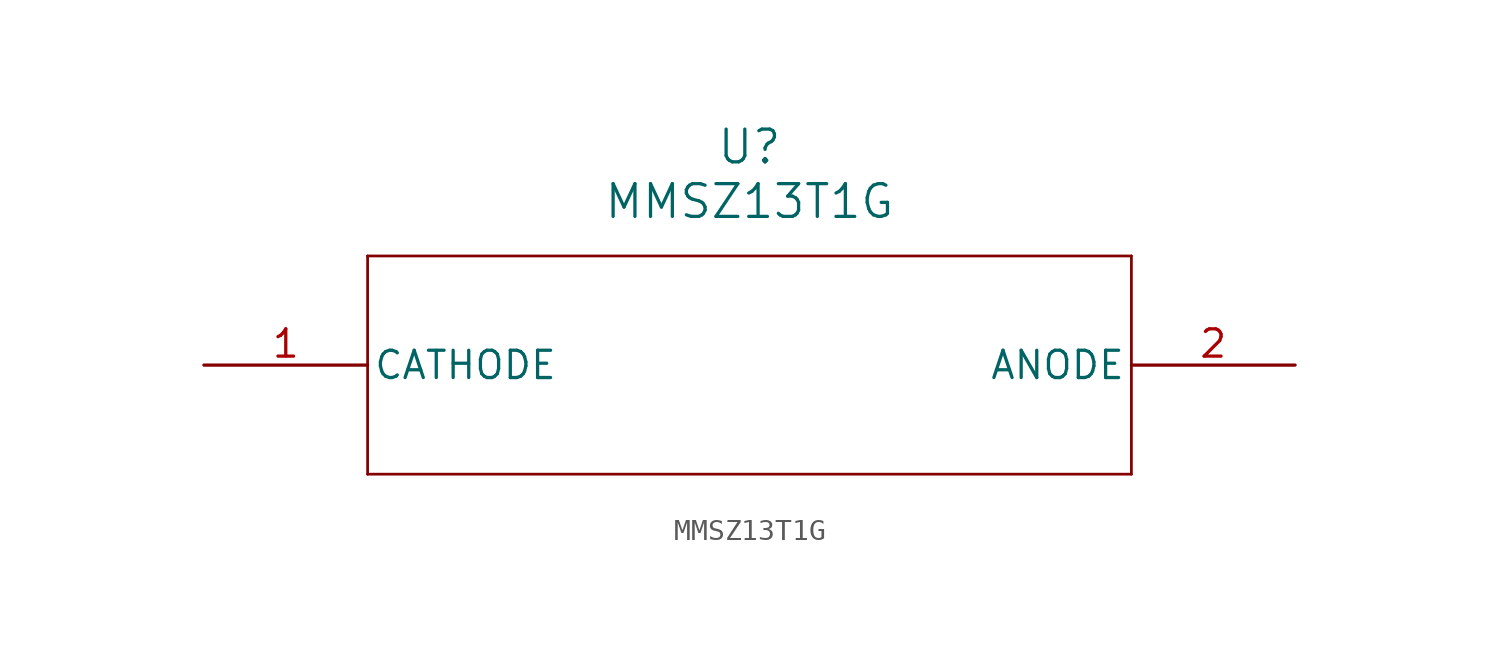
<source format=kicad_sym>
(kicad_symbol_lib
  (version 20211014)
  (generator kicad_symbol_editor)
  (symbol "MMSZ13T1G"
    (pin_names
      (offset 0.254))
    (property "Reference" "U"
      (at 25.4 10.16 0)
      (effects (font (size 1.524 1.524))))
    (property "Value" "MMSZ13T1G"
      (at 25.4 7.62 0)
      (effects (font (size 1.524 1.524))))
    (symbol "MMSZ13T1G_0_1"
      (polyline (pts (xy 7.62 5.08) (xy 7.62 -5.08)) (stroke (width 0.127) (type default) (color 0 0 0 0)) (fill (type none)))
      (polyline (pts (xy 7.62 -5.08) (xy 43.18 -5.08)) (stroke (width 0.127) (type default) (color 0 0 0 0)) (fill (type none)))
      (polyline (pts (xy 43.18 -5.08) (xy 43.18 5.08)) (stroke (width 0.127) (type default) (color 0 0 0 0)) (fill (type none)))
      (polyline (pts (xy 43.18 5.08) (xy 7.62 5.08)) (stroke (width 0.127) (type default) (color 0 0 0 0)) (fill (type none)))
      (pin unspecified line (at 0 0 0) (length 7.62) (name "CATHODE" (effects (font (size 1.27 1.27)))) (number "1" (effects (font (size 1.27 1.27)))))
      (pin unspecified line (at 50.8 0 180) (length 7.62) (name "ANODE" (effects (font (size 1.27 1.27)))) (number "2" (effects (font (size 1.27 1.27))))))))
</source>
